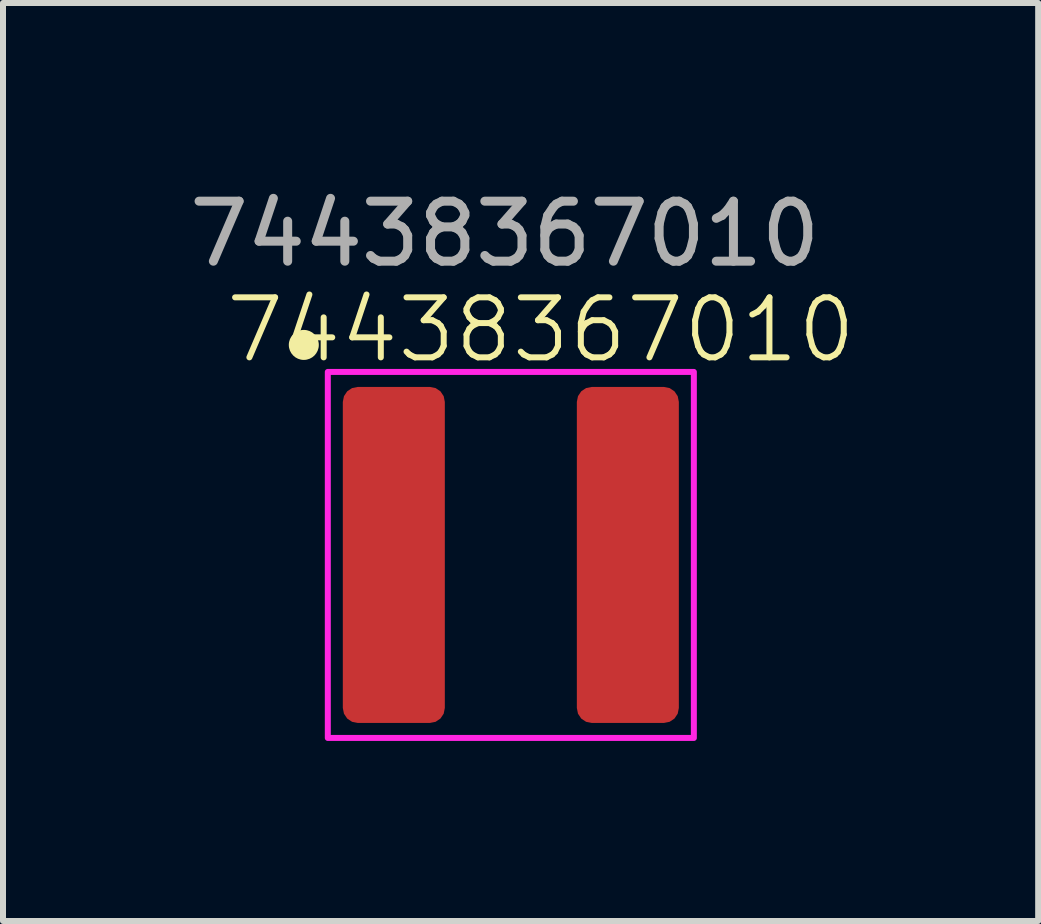
<source format=kicad_pcb>
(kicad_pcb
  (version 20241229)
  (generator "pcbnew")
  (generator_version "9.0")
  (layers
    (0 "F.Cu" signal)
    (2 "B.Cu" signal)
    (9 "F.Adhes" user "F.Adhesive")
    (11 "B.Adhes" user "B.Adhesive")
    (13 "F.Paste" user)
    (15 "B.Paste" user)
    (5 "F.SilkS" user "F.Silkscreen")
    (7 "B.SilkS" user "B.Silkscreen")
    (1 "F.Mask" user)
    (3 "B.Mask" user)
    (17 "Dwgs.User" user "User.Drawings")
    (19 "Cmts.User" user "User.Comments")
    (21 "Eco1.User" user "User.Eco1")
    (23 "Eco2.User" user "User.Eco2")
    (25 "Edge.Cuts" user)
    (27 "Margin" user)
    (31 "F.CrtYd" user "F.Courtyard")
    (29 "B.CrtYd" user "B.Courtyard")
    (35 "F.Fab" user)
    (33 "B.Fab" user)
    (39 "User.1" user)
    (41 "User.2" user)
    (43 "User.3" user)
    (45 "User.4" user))
  (footprint "74438367010"
    (layer "F.Cu")
    (at 3.513 6.198)
    (property "Reference" "74438367010" (at 2.45 -3.75 0) (unlocked yes) (layer "F.SilkS") (effects (font (size 1 1) (thickness 0.1))))
    (attr smd)
    (fp_circle (center -1.5 -3.5) (end -1.3 -3.5) (stroke (width 0.1) (type solid)) (fill yes) (layer "F.SilkS"))
    (fp_rect (start -1.1 -3.05) (end 5 3.05) (stroke (width 0.1) (type default)) (fill no) (layer "F.CrtYd"))
    (fp_text user "${REFERENCE}" (at 1.85 -5.35 0) (unlocked yes) (layer "F.Fab") (effects (font (size 1 1) (thickness 0.15))))
    (pad "1" smd roundrect (at 0 0) (size 1.7 5.6) (layers "F.Cu" "F.Mask" "F.Paste") (roundrect_rratio 0.147))
    (pad "2" smd roundrect (at 3.9 0) (size 1.7 5.6) (layers "F.Cu" "F.Mask" "F.Paste") (roundrect_rratio 0.147)))
  (gr_rect
    (start -3 -3)
    (end 14.251 12.298)
    (stroke (width 0.1) (type default))
    (fill no)
    (layer "Edge.Cuts")))
</source>
